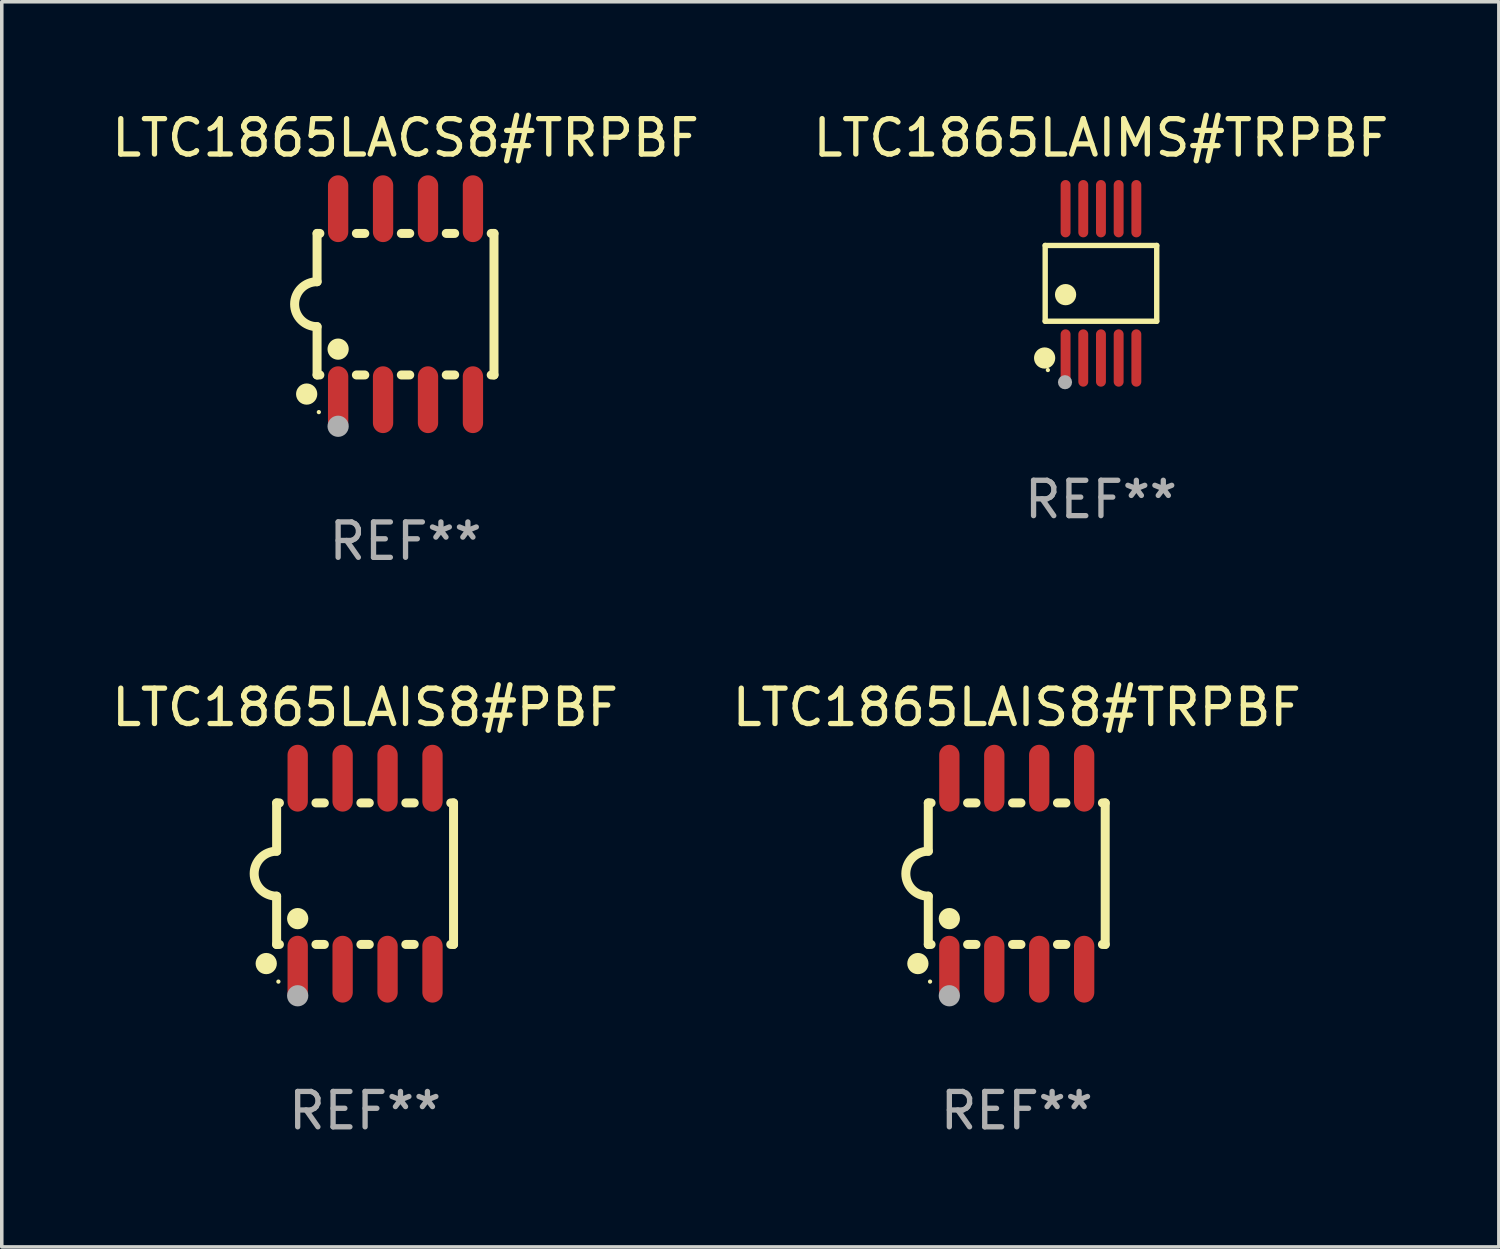
<source format=kicad_pcb>
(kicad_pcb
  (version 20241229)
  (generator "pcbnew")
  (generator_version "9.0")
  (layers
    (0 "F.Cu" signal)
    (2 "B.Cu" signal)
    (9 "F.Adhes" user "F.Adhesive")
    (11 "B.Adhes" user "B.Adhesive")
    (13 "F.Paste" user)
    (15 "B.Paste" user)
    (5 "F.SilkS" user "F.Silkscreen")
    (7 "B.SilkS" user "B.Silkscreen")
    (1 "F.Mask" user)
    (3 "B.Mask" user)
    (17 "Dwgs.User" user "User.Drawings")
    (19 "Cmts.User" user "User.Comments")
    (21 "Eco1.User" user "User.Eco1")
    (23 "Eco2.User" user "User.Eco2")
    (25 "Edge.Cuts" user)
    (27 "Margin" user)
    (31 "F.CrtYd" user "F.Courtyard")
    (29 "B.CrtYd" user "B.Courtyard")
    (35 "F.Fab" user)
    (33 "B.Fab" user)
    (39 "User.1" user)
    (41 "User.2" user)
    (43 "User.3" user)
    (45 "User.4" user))
  (footprint "LTC1865LAIS8#PBF"
    (layer "F.Cu")
    (at 7.268 21.642)
    (property "Reference" "LTC1865LAIS8#PBF" (at 0 -4.699 0) (layer "F.SilkS") (effects (font (size 1 1) (thickness 0.15))))
    (attr through_hole)
    (fp_line (start -2.5 -2) (end -2.5 -0.635) (stroke (width 0.254) (type solid)) (layer "F.SilkS"))
    (fp_line (start -2.5 -2) (end -2.421 -2) (stroke (width 0.254) (type solid)) (layer "F.SilkS"))
    (fp_line (start -2.5 2) (end -2.5 0.635) (stroke (width 0.254) (type solid)) (layer "F.SilkS"))
    (fp_line (start -2.5 2) (end -2.421 2) (stroke (width 0.254) (type solid)) (layer "F.SilkS"))
    (fp_line (start -1.389 -2) (end -1.151 -2) (stroke (width 0.254) (type solid)) (layer "F.SilkS"))
    (fp_line (start -1.389 2) (end -1.151 2) (stroke (width 0.254) (type solid)) (layer "F.SilkS"))
    (fp_line (start -0.119 -2) (end 0.119 -2) (stroke (width 0.254) (type solid)) (layer "F.SilkS"))
    (fp_line (start -0.119 2) (end 0.119 2) (stroke (width 0.254) (type solid)) (layer "F.SilkS"))
    (fp_line (start 1.151 -2) (end 1.389 -2) (stroke (width 0.254) (type solid)) (layer "F.SilkS"))
    (fp_line (start 1.151 2) (end 1.389 2) (stroke (width 0.254) (type solid)) (layer "F.SilkS"))
    (fp_line (start 2.421 -2) (end 2.5 -2) (stroke (width 0.254) (type solid)) (layer "F.SilkS"))
    (fp_line (start 2.421 2) (end 2.5 2) (stroke (width 0.254) (type solid)) (layer "F.SilkS"))
    (fp_line (start 2.5 -2) (end 2.5 2) (stroke (width 0.254) (type solid)) (layer "F.SilkS"))
    (fp_arc (start -2.5 0.635001) (mid -3.134366 -0.000318) (end -2.499365 -0.635001) (stroke (width 0.254001) (type solid)) (layer "F.SilkS"))
    (fp_circle (center -2.794 2.54) (end -2.644 2.54) (stroke (width 0.3) (type solid)) (fill no) (layer "F.SilkS"))
    (fp_circle (center -2.45 3.05) (end -2.42 3.05) (stroke (width 0.06) (type solid)) (fill no) (layer "F.SilkS"))
    (fp_circle (center -1.905 1.27) (end -1.755 1.27) (stroke (width 0.3) (type solid)) (fill no) (layer "F.SilkS"))
    (fp_circle (center -1.905 3.45) (end -1.755 3.45) (stroke (width 0.3) (type solid)) (fill no) (layer "F.Fab"))
    (fp_text user "REF**" (at 0 6.699 0) (layer "F.Fab") (effects (font (size 1 1) (thickness 0.15))))
    (pad "1" smd oval (at -1.905 2.699) (size 0.574 1.888) (layers "F.Cu" "F.Mask" "F.Paste"))
    (pad "2" smd oval (at -0.635 2.699) (size 0.574 1.888) (layers "F.Cu" "F.Mask" "F.Paste"))
    (pad "3" smd oval (at 0.635 2.699) (size 0.574 1.888) (layers "F.Cu" "F.Mask" "F.Paste"))
    (pad "4" smd oval (at 1.905 2.699) (size 0.574 1.888) (layers "F.Cu" "F.Mask" "F.Paste"))
    (pad "5" smd oval (at 1.905 -2.699) (size 0.574 1.888) (layers "F.Cu" "F.Mask" "F.Paste"))
    (pad "6" smd oval (at 0.635 -2.699) (size 0.574 1.888) (layers "F.Cu" "F.Mask" "F.Paste"))
    (pad "7" smd oval (at -0.635 -2.699) (size 0.574 1.888) (layers "F.Cu" "F.Mask" "F.Paste"))
    (pad "8" smd oval (at -1.905 -2.699) (size 0.574 1.888) (layers "F.Cu" "F.Mask" "F.Paste")))
  (footprint "LTC1865LAIS8#TRPBF"
    (layer "F.Cu")
    (at 25.685 21.642)
    (property "Reference" "LTC1865LAIS8#TRPBF" (at 0 -4.699 0) (layer "F.SilkS") (effects (font (size 1 1) (thickness 0.15))))
    (attr through_hole)
    (fp_line (start -2.5 -2) (end -2.5 -0.635) (stroke (width 0.254) (type solid)) (layer "F.SilkS"))
    (fp_line (start -2.5 -2) (end -2.421 -2) (stroke (width 0.254) (type solid)) (layer "F.SilkS"))
    (fp_line (start -2.5 2) (end -2.5 0.635) (stroke (width 0.254) (type solid)) (layer "F.SilkS"))
    (fp_line (start -2.5 2) (end -2.421 2) (stroke (width 0.254) (type solid)) (layer "F.SilkS"))
    (fp_line (start -1.389 -2) (end -1.151 -2) (stroke (width 0.254) (type solid)) (layer "F.SilkS"))
    (fp_line (start -1.389 2) (end -1.151 2) (stroke (width 0.254) (type solid)) (layer "F.SilkS"))
    (fp_line (start -0.119 -2) (end 0.119 -2) (stroke (width 0.254) (type solid)) (layer "F.SilkS"))
    (fp_line (start -0.119 2) (end 0.119 2) (stroke (width 0.254) (type solid)) (layer "F.SilkS"))
    (fp_line (start 1.151 -2) (end 1.389 -2) (stroke (width 0.254) (type solid)) (layer "F.SilkS"))
    (fp_line (start 1.151 2) (end 1.389 2) (stroke (width 0.254) (type solid)) (layer "F.SilkS"))
    (fp_line (start 2.421 -2) (end 2.5 -2) (stroke (width 0.254) (type solid)) (layer "F.SilkS"))
    (fp_line (start 2.421 2) (end 2.5 2) (stroke (width 0.254) (type solid)) (layer "F.SilkS"))
    (fp_line (start 2.5 -2) (end 2.5 2) (stroke (width 0.254) (type solid)) (layer "F.SilkS"))
    (fp_arc (start -2.5 0.635001) (mid -3.134366 -0.000318) (end -2.499365 -0.635001) (stroke (width 0.254001) (type solid)) (layer "F.SilkS"))
    (fp_circle (center -2.794 2.54) (end -2.644 2.54) (stroke (width 0.3) (type solid)) (fill no) (layer "F.SilkS"))
    (fp_circle (center -2.45 3.05) (end -2.42 3.05) (stroke (width 0.06) (type solid)) (fill no) (layer "F.SilkS"))
    (fp_circle (center -1.905 1.27) (end -1.755 1.27) (stroke (width 0.3) (type solid)) (fill no) (layer "F.SilkS"))
    (fp_circle (center -1.905 3.45) (end -1.755 3.45) (stroke (width 0.3) (type solid)) (fill no) (layer "F.Fab"))
    (fp_text user "REF**" (at 0 6.699 0) (layer "F.Fab") (effects (font (size 1 1) (thickness 0.15))))
    (pad "1" smd oval (at -1.905 2.699) (size 0.574 1.888) (layers "F.Cu" "F.Mask" "F.Paste"))
    (pad "2" smd oval (at -0.635 2.699) (size 0.574 1.888) (layers "F.Cu" "F.Mask" "F.Paste"))
    (pad "3" smd oval (at 0.635 2.699) (size 0.574 1.888) (layers "F.Cu" "F.Mask" "F.Paste"))
    (pad "4" smd oval (at 1.905 2.699) (size 0.574 1.888) (layers "F.Cu" "F.Mask" "F.Paste"))
    (pad "5" smd oval (at 1.905 -2.699) (size 0.574 1.888) (layers "F.Cu" "F.Mask" "F.Paste"))
    (pad "6" smd oval (at 0.635 -2.699) (size 0.574 1.888) (layers "F.Cu" "F.Mask" "F.Paste"))
    (pad "7" smd oval (at -0.635 -2.699) (size 0.574 1.888) (layers "F.Cu" "F.Mask" "F.Paste"))
    (pad "8" smd oval (at -1.905 -2.699) (size 0.574 1.888) (layers "F.Cu" "F.Mask" "F.Paste")))
  (footprint "LTC1865LACS8#TRPBF"
    (layer "F.Cu")
    (at 8.411 5.547)
    (property "Reference" "LTC1865LACS8#TRPBF" (at 0 -4.699 0) (layer "F.SilkS") (effects (font (size 1 1) (thickness 0.15))))
    (attr through_hole)
    (fp_line (start -2.5 -2) (end -2.5 -0.635) (stroke (width 0.254) (type solid)) (layer "F.SilkS"))
    (fp_line (start -2.5 -2) (end -2.421 -2) (stroke (width 0.254) (type solid)) (layer "F.SilkS"))
    (fp_line (start -2.5 2) (end -2.5 0.635) (stroke (width 0.254) (type solid)) (layer "F.SilkS"))
    (fp_line (start -2.5 2) (end -2.421 2) (stroke (width 0.254) (type solid)) (layer "F.SilkS"))
    (fp_line (start -1.389 -2) (end -1.151 -2) (stroke (width 0.254) (type solid)) (layer "F.SilkS"))
    (fp_line (start -1.389 2) (end -1.151 2) (stroke (width 0.254) (type solid)) (layer "F.SilkS"))
    (fp_line (start -0.119 -2) (end 0.119 -2) (stroke (width 0.254) (type solid)) (layer "F.SilkS"))
    (fp_line (start -0.119 2) (end 0.119 2) (stroke (width 0.254) (type solid)) (layer "F.SilkS"))
    (fp_line (start 1.151 -2) (end 1.389 -2) (stroke (width 0.254) (type solid)) (layer "F.SilkS"))
    (fp_line (start 1.151 2) (end 1.389 2) (stroke (width 0.254) (type solid)) (layer "F.SilkS"))
    (fp_line (start 2.421 -2) (end 2.5 -2) (stroke (width 0.254) (type solid)) (layer "F.SilkS"))
    (fp_line (start 2.421 2) (end 2.5 2) (stroke (width 0.254) (type solid)) (layer "F.SilkS"))
    (fp_line (start 2.5 -2) (end 2.5 2) (stroke (width 0.254) (type solid)) (layer "F.SilkS"))
    (fp_arc (start -2.5 0.635001) (mid -3.134366 -0.000318) (end -2.499365 -0.635001) (stroke (width 0.254001) (type solid)) (layer "F.SilkS"))
    (fp_circle (center -2.794 2.54) (end -2.644 2.54) (stroke (width 0.3) (type solid)) (fill no) (layer "F.SilkS"))
    (fp_circle (center -2.45 3.05) (end -2.42 3.05) (stroke (width 0.06) (type solid)) (fill no) (layer "F.SilkS"))
    (fp_circle (center -1.905 1.27) (end -1.755 1.27) (stroke (width 0.3) (type solid)) (fill no) (layer "F.SilkS"))
    (fp_circle (center -1.905 3.45) (end -1.755 3.45) (stroke (width 0.3) (type solid)) (fill no) (layer "F.Fab"))
    (fp_text user "REF**" (at 0 6.699 0) (layer "F.Fab") (effects (font (size 1 1) (thickness 0.15))))
    (pad "1" smd oval (at -1.905 2.699) (size 0.574 1.888) (layers "F.Cu" "F.Mask" "F.Paste"))
    (pad "2" smd oval (at -0.635 2.699) (size 0.574 1.888) (layers "F.Cu" "F.Mask" "F.Paste"))
    (pad "3" smd oval (at 0.635 2.699) (size 0.574 1.888) (layers "F.Cu" "F.Mask" "F.Paste"))
    (pad "4" smd oval (at 1.905 2.699) (size 0.574 1.888) (layers "F.Cu" "F.Mask" "F.Paste"))
    (pad "5" smd oval (at 1.905 -2.699) (size 0.574 1.888) (layers "F.Cu" "F.Mask" "F.Paste"))
    (pad "6" smd oval (at 0.635 -2.699) (size 0.574 1.888) (layers "F.Cu" "F.Mask" "F.Paste"))
    (pad "7" smd oval (at -0.635 -2.699) (size 0.574 1.888) (layers "F.Cu" "F.Mask" "F.Paste"))
    (pad "8" smd oval (at -1.905 -2.699) (size 0.574 1.888) (layers "F.Cu" "F.Mask" "F.Paste")))
  (footprint "LTC1865LAIMS#TRPBF"
    (layer "F.Cu")
    (at 28.065 4.958)
    (property "Reference" "LTC1865LAIMS#TRPBF" (at 0 -4.11 0) (layer "F.SilkS") (effects (font (size 1 1) (thickness 0.15))))
    (attr through_hole)
    (fp_line (start -1.576 -1.071) (end 1.576 -1.071) (stroke (width 0.152) (type solid)) (layer "F.SilkS"))
    (fp_line (start -1.576 1.071) (end -1.576 -1.071) (stroke (width 0.152) (type solid)) (layer "F.SilkS"))
    (fp_line (start 1.576 -1.071) (end 1.576 1.071) (stroke (width 0.152) (type solid)) (layer "F.SilkS"))
    (fp_line (start 1.576 1.071) (end -1.576 1.071) (stroke (width 0.152) (type solid)) (layer "F.SilkS"))
    (fp_circle (center -1.592 2.11) (end -1.442 2.11) (stroke (width 0.3) (type solid)) (fill no) (layer "F.SilkS"))
    (fp_circle (center -1.5 2.45) (end -1.47 2.45) (stroke (width 0.06) (type solid)) (fill no) (layer "F.SilkS"))
    (fp_circle (center -1 0.319) (end -0.85 0.319) (stroke (width 0.3) (type solid)) (fill no) (layer "F.SilkS"))
    (fp_circle (center -1.016 2.794) (end -0.916 2.794) (stroke (width 0.2) (type solid)) (fill no) (layer "F.Fab"))
    (fp_text user "REF**" (at 0 6.11 0) (layer "F.Fab") (effects (font (size 1 1) (thickness 0.15))))
    (pad "1" smd oval (at -1 2.11) (size 0.28 1.62) (layers "F.Cu" "F.Mask" "F.Paste"))
    (pad "2" smd oval (at -0.5 2.11) (size 0.28 1.62) (layers "F.Cu" "F.Mask" "F.Paste"))
    (pad "3" smd oval (at 0 2.11) (size 0.28 1.62) (layers "F.Cu" "F.Mask" "F.Paste"))
    (pad "4" smd oval (at 0.5 2.11) (size 0.28 1.62) (layers "F.Cu" "F.Mask" "F.Paste"))
    (pad "5" smd oval (at 1 2.11) (size 0.28 1.62) (layers "F.Cu" "F.Mask" "F.Paste"))
    (pad "6" smd oval (at 1 -2.11) (size 0.28 1.62) (layers "F.Cu" "F.Mask" "F.Paste"))
    (pad "7" smd oval (at 0.5 -2.11) (size 0.28 1.62) (layers "F.Cu" "F.Mask" "F.Paste"))
    (pad "8" smd oval (at 0 -2.11) (size 0.28 1.62) (layers "F.Cu" "F.Mask" "F.Paste"))
    (pad "9" smd oval (at -0.5 -2.11) (size 0.28 1.62) (layers "F.Cu" "F.Mask" "F.Paste"))
    (pad "10" smd oval (at -1 -2.11) (size 0.28 1.62) (layers "F.Cu" "F.Mask" "F.Paste")))
  (gr_rect
    (start -3 -3)
    (end 39.31 32.189)
    (stroke (width 0.1) (type default))
    (fill no)
    (layer "Edge.Cuts")))
</source>
